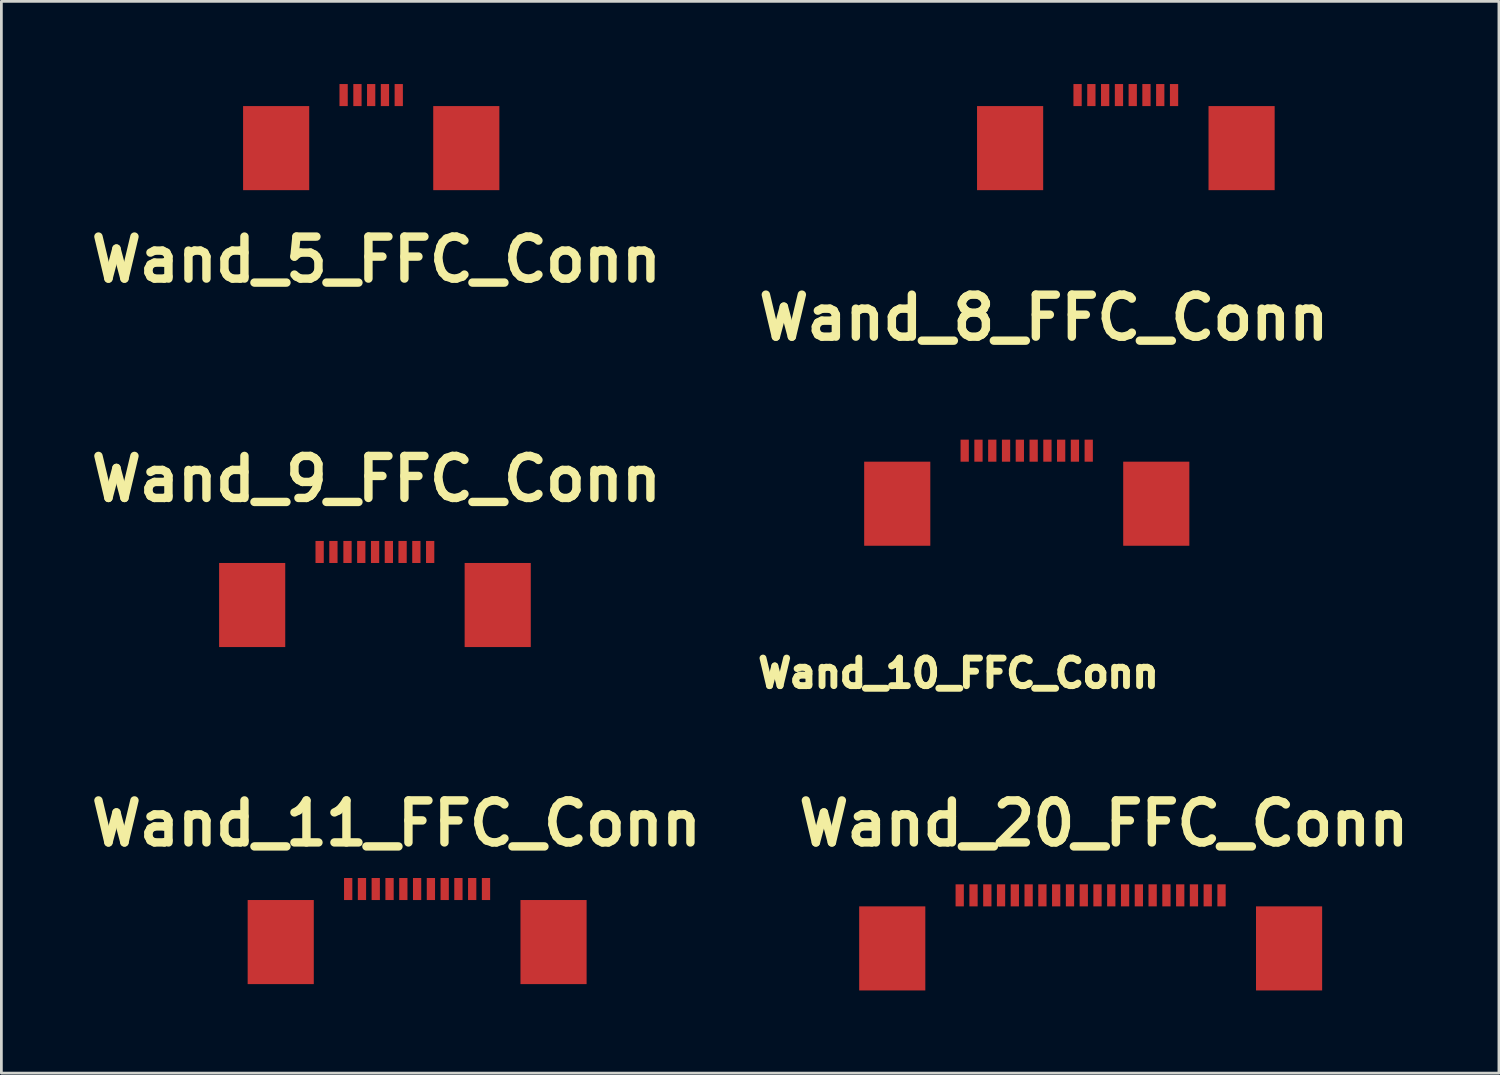
<source format=kicad_pcb>
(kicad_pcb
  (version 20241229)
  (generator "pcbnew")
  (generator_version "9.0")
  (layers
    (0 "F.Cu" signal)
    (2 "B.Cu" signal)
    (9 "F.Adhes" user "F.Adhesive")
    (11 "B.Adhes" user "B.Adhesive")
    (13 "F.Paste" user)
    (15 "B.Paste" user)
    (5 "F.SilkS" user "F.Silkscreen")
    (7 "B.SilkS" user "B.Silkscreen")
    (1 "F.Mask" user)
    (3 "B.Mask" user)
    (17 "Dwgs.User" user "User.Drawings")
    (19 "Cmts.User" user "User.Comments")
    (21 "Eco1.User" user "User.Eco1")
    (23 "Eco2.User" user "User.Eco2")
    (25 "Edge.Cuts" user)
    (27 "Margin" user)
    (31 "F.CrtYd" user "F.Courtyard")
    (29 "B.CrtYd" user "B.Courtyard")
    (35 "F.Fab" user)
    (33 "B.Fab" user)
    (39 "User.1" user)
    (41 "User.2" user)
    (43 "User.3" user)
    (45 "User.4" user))
  (footprint "Wand_10_FFC_Conn"
    (layer "F.Cu")
    (at 31.708 13.304)
    (property "Reference" "Wand_10_FFC_Conn" (at 0.025 8.077 0) (layer "F.SilkS") (effects (font (size 1 1) (thickness 0.25))))
    (attr through_hole)
    (pad "" smd rect (at -2.199 1.925) (size 2.4 3.051) (layers "F.Cu" "F.Mask" "F.Paste"))
    (pad "" smd rect (at 7.201 1.925) (size 2.4 3.051) (layers "F.Cu" "F.Mask" "F.Paste"))
    (pad "1" smd rect (at 4.75 0) (size 0.3 0.8) (layers "F.Cu" "F.Mask" "F.Paste"))
    (pad "2" smd rect (at 4.249 0) (size 0.3 0.8) (layers "F.Cu" "F.Mask" "F.Paste"))
    (pad "3" smd rect (at 3.749 0) (size 0.3 0.8) (layers "F.Cu" "F.Mask" "F.Paste"))
    (pad "4" smd rect (at 3.251 0) (size 0.3 0.8) (layers "F.Cu" "F.Mask" "F.Paste"))
    (pad "5" smd rect (at 2.751 0) (size 0.3 0.8) (layers "F.Cu" "F.Mask" "F.Paste"))
    (pad "6" smd rect (at 2.25 0) (size 0.3 0.8) (layers "F.Cu" "F.Mask" "F.Paste"))
    (pad "7" smd rect (at 1.75 0) (size 0.3 0.8) (layers "F.Cu" "F.Mask" "F.Paste"))
    (pad "8" smd rect (at 1.25 0) (size 0.3 0.8) (layers "F.Cu" "F.Mask" "F.Paste"))
    (pad "9" smd rect (at 0.749 0) (size 0.3 0.8) (layers "F.Cu" "F.Mask" "F.Paste"))
    (pad "10" smd rect (at 0.249 0) (size 0.3 0.8) (layers "F.Cu" "F.Mask" "F.Paste")))
  (footprint "Wand_5_FFC_Conn"
    (layer "F.Cu")
    (at 6.67 0.4)
    (property "Reference" "Wand_5_FFC_Conn" (at 3.94 5.97 0) (layer "F.SilkS") (effects (font (size 1.524 1.524) (thickness 0.305))))
    (attr through_hole)
    (pad "" smd rect (at 0.301 1.925) (size 2.4 3.051) (layers "F.Cu" "F.Mask" "F.Paste"))
    (pad "" smd rect (at 7.201 1.925) (size 2.4 3.051) (layers "F.Cu" "F.Mask" "F.Paste"))
    (pad "1" smd rect (at 4.75 0) (size 0.3 0.8) (layers "F.Cu" "F.Mask" "F.Paste"))
    (pad "2" smd rect (at 4.249 0) (size 0.3 0.8) (layers "F.Cu" "F.Mask" "F.Paste"))
    (pad "3" smd rect (at 3.749 0) (size 0.3 0.8) (layers "F.Cu" "F.Mask" "F.Paste"))
    (pad "4" smd rect (at 3.251 0) (size 0.3 0.8) (layers "F.Cu" "F.Mask" "F.Paste"))
    (pad "5" smd rect (at 2.749 0) (size 0.3 0.8) (layers "F.Cu" "F.Mask" "F.Paste")))
  (footprint "Wand_20_FFC_Conn"
    (layer "F.Cu")
    (at 36.527 29.441)
    (property "Reference" "Wand_20_FFC_Conn" (at 0.48 -2.61 0) (layer "F.SilkS") (effects (font (size 1.524 1.524) (thickness 0.305))))
    (attr through_hole)
    (pad "" smd rect (at -7.199 1.925) (size 2.4 3.051) (layers "F.Cu" "F.Mask" "F.Paste"))
    (pad "" smd rect (at 7.201 1.925) (size 2.4 3.051) (layers "F.Cu" "F.Mask" "F.Paste"))
    (pad "1" smd rect (at 4.75 0) (size 0.3 0.8) (layers "F.Cu" "F.Mask" "F.Paste"))
    (pad "2" smd rect (at 4.249 0) (size 0.3 0.8) (layers "F.Cu" "F.Mask" "F.Paste"))
    (pad "3" smd rect (at 3.749 0) (size 0.3 0.8) (layers "F.Cu" "F.Mask" "F.Paste"))
    (pad "4" smd rect (at 3.251 0) (size 0.3 0.8) (layers "F.Cu" "F.Mask" "F.Paste"))
    (pad "5" smd rect (at 2.751 0) (size 0.3 0.8) (layers "F.Cu" "F.Mask" "F.Paste"))
    (pad "6" smd rect (at 2.25 0) (size 0.3 0.8) (layers "F.Cu" "F.Mask" "F.Paste"))
    (pad "7" smd rect (at 1.75 0) (size 0.3 0.8) (layers "F.Cu" "F.Mask" "F.Paste"))
    (pad "8" smd rect (at 1.25 0) (size 0.3 0.8) (layers "F.Cu" "F.Mask" "F.Paste"))
    (pad "9" smd rect (at 0.749 0) (size 0.3 0.8) (layers "F.Cu" "F.Mask" "F.Paste"))
    (pad "10" smd rect (at 0.249 0) (size 0.3 0.8) (layers "F.Cu" "F.Mask" "F.Paste"))
    (pad "11" smd rect (at -0.249 0) (size 0.3 0.8) (layers "F.Cu" "F.Mask" "F.Paste"))
    (pad "12" smd rect (at -0.749 0) (size 0.3 0.8) (layers "F.Cu" "F.Mask" "F.Paste"))
    (pad "13" smd rect (at -1.25 0) (size 0.3 0.8) (layers "F.Cu" "F.Mask" "F.Paste"))
    (pad "14" smd rect (at -1.75 0) (size 0.3 0.8) (layers "F.Cu" "F.Mask" "F.Paste"))
    (pad "15" smd rect (at -2.25 0) (size 0.3 0.8) (layers "F.Cu" "F.Mask" "F.Paste"))
    (pad "16" smd rect (at -2.751 0) (size 0.3 0.8) (layers "F.Cu" "F.Mask" "F.Paste"))
    (pad "17" smd rect (at -3.251 0) (size 0.3 0.8) (layers "F.Cu" "F.Mask" "F.Paste"))
    (pad "18" smd rect (at -3.749 0) (size 0.3 0.8) (layers "F.Cu" "F.Mask" "F.Paste"))
    (pad "19" smd rect (at -4.25 0) (size 0.3 0.8) (layers "F.Cu" "F.Mask" "F.Paste"))
    (pad "20" smd rect (at -4.751 0) (size 0.3 0.8) (layers "F.Cu" "F.Mask" "F.Paste")))
  (footprint "Wand_8_FFC_Conn"
    (layer "F.Cu")
    (at 34.804 0.4)
    (property "Reference" "Wand_8_FFC_Conn" (at 0.025 8.077 0) (layer "F.SilkS") (effects (font (size 1.524 1.524) (thickness 0.305))))
    (attr through_hole)
    (pad "" smd rect (at -1.199 1.925) (size 2.4 3.051) (layers "F.Cu" "F.Mask" "F.Paste"))
    (pad "" smd rect (at 7.201 1.925) (size 2.4 3.051) (layers "F.Cu" "F.Mask" "F.Paste"))
    (pad "1" smd rect (at 4.75 0) (size 0.3 0.8) (layers "F.Cu" "F.Mask" "F.Paste"))
    (pad "2" smd rect (at 4.249 0) (size 0.3 0.8) (layers "F.Cu" "F.Mask" "F.Paste"))
    (pad "3" smd rect (at 3.749 0) (size 0.3 0.8) (layers "F.Cu" "F.Mask" "F.Paste"))
    (pad "4" smd rect (at 3.251 0) (size 0.3 0.8) (layers "F.Cu" "F.Mask" "F.Paste"))
    (pad "5" smd rect (at 2.751 0) (size 0.3 0.8) (layers "F.Cu" "F.Mask" "F.Paste"))
    (pad "6" smd rect (at 2.25 0) (size 0.3 0.8) (layers "F.Cu" "F.Mask" "F.Paste"))
    (pad "7" smd rect (at 1.75 0) (size 0.3 0.8) (layers "F.Cu" "F.Mask" "F.Paste"))
    (pad "8" smd rect (at 1.249 0) (size 0.3 0.8) (layers "F.Cu" "F.Mask" "F.Paste")))
  (footprint "Wand_11_FFC_Conn"
    (layer "F.Cu")
    (at 9.836 29.211)
    (property "Reference" "Wand_11_FFC_Conn" (at 1.5 -2.38 0) (layer "F.SilkS") (effects (font (size 1.524 1.524) (thickness 0.305))))
    (attr through_hole)
    (pad "" smd rect (at -2.699 1.925) (size 2.4 3.051) (layers "F.Cu" "F.Mask" "F.Paste"))
    (pad "" smd rect (at 7.201 1.925) (size 2.4 3.051) (layers "F.Cu" "F.Mask" "F.Paste"))
    (pad "1" smd rect (at 4.75 0) (size 0.3 0.8) (layers "F.Cu" "F.Mask" "F.Paste"))
    (pad "2" smd rect (at 4.249 0) (size 0.3 0.8) (layers "F.Cu" "F.Mask" "F.Paste"))
    (pad "3" smd rect (at 3.749 0) (size 0.3 0.8) (layers "F.Cu" "F.Mask" "F.Paste"))
    (pad "4" smd rect (at 3.251 0) (size 0.3 0.8) (layers "F.Cu" "F.Mask" "F.Paste"))
    (pad "5" smd rect (at 2.751 0) (size 0.3 0.8) (layers "F.Cu" "F.Mask" "F.Paste"))
    (pad "6" smd rect (at 2.25 0) (size 0.3 0.8) (layers "F.Cu" "F.Mask" "F.Paste"))
    (pad "7" smd rect (at 1.75 0) (size 0.3 0.8) (layers "F.Cu" "F.Mask" "F.Paste"))
    (pad "8" smd rect (at 1.25 0) (size 0.3 0.8) (layers "F.Cu" "F.Mask" "F.Paste"))
    (pad "9" smd rect (at 0.749 0) (size 0.3 0.8) (layers "F.Cu" "F.Mask" "F.Paste"))
    (pad "10" smd rect (at 0.249 0) (size 0.3 0.8) (layers "F.Cu" "F.Mask" "F.Paste"))
    (pad "11" smd rect (at -0.251 0) (size 0.3 0.8) (layers "F.Cu" "F.Mask" "F.Paste")))
  (footprint "Wand_9_FFC_Conn"
    (layer "F.Cu")
    (at 7.81 16.98)
    (property "Reference" "Wand_9_FFC_Conn" (at 2.8 -2.65 0) (layer "F.SilkS") (effects (font (size 1.524 1.524) (thickness 0.305))))
    (attr through_hole)
    (pad "" smd rect (at -1.709 1.925) (size 2.4 3.051) (layers "F.Cu" "F.Mask" "F.Paste"))
    (pad "" smd rect (at 7.201 1.925) (size 2.4 3.051) (layers "F.Cu" "F.Mask" "F.Paste"))
    (pad "1" smd rect (at 4.75 0) (size 0.3 0.8) (layers "F.Cu" "F.Mask" "F.Paste"))
    (pad "2" smd rect (at 4.249 0) (size 0.3 0.8) (layers "F.Cu" "F.Mask" "F.Paste"))
    (pad "3" smd rect (at 3.749 0) (size 0.3 0.8) (layers "F.Cu" "F.Mask" "F.Paste"))
    (pad "4" smd rect (at 3.251 0) (size 0.3 0.8) (layers "F.Cu" "F.Mask" "F.Paste"))
    (pad "5" smd rect (at 2.751 0) (size 0.3 0.8) (layers "F.Cu" "F.Mask" "F.Paste"))
    (pad "6" smd rect (at 2.25 0) (size 0.3 0.8) (layers "F.Cu" "F.Mask" "F.Paste"))
    (pad "7" smd rect (at 1.75 0) (size 0.3 0.8) (layers "F.Cu" "F.Mask" "F.Paste"))
    (pad "8" smd rect (at 1.239 0) (size 0.3 0.8) (layers "F.Cu" "F.Mask" "F.Paste"))
    (pad "9" smd rect (at 0.739 0) (size 0.3 0.8) (layers "F.Cu" "F.Mask" "F.Paste")))
  (gr_rect
    (start -3 -3)
    (end 51.343 35.892)
    (stroke (width 0.1) (type default))
    (fill no)
    (layer "Edge.Cuts")))
</source>
